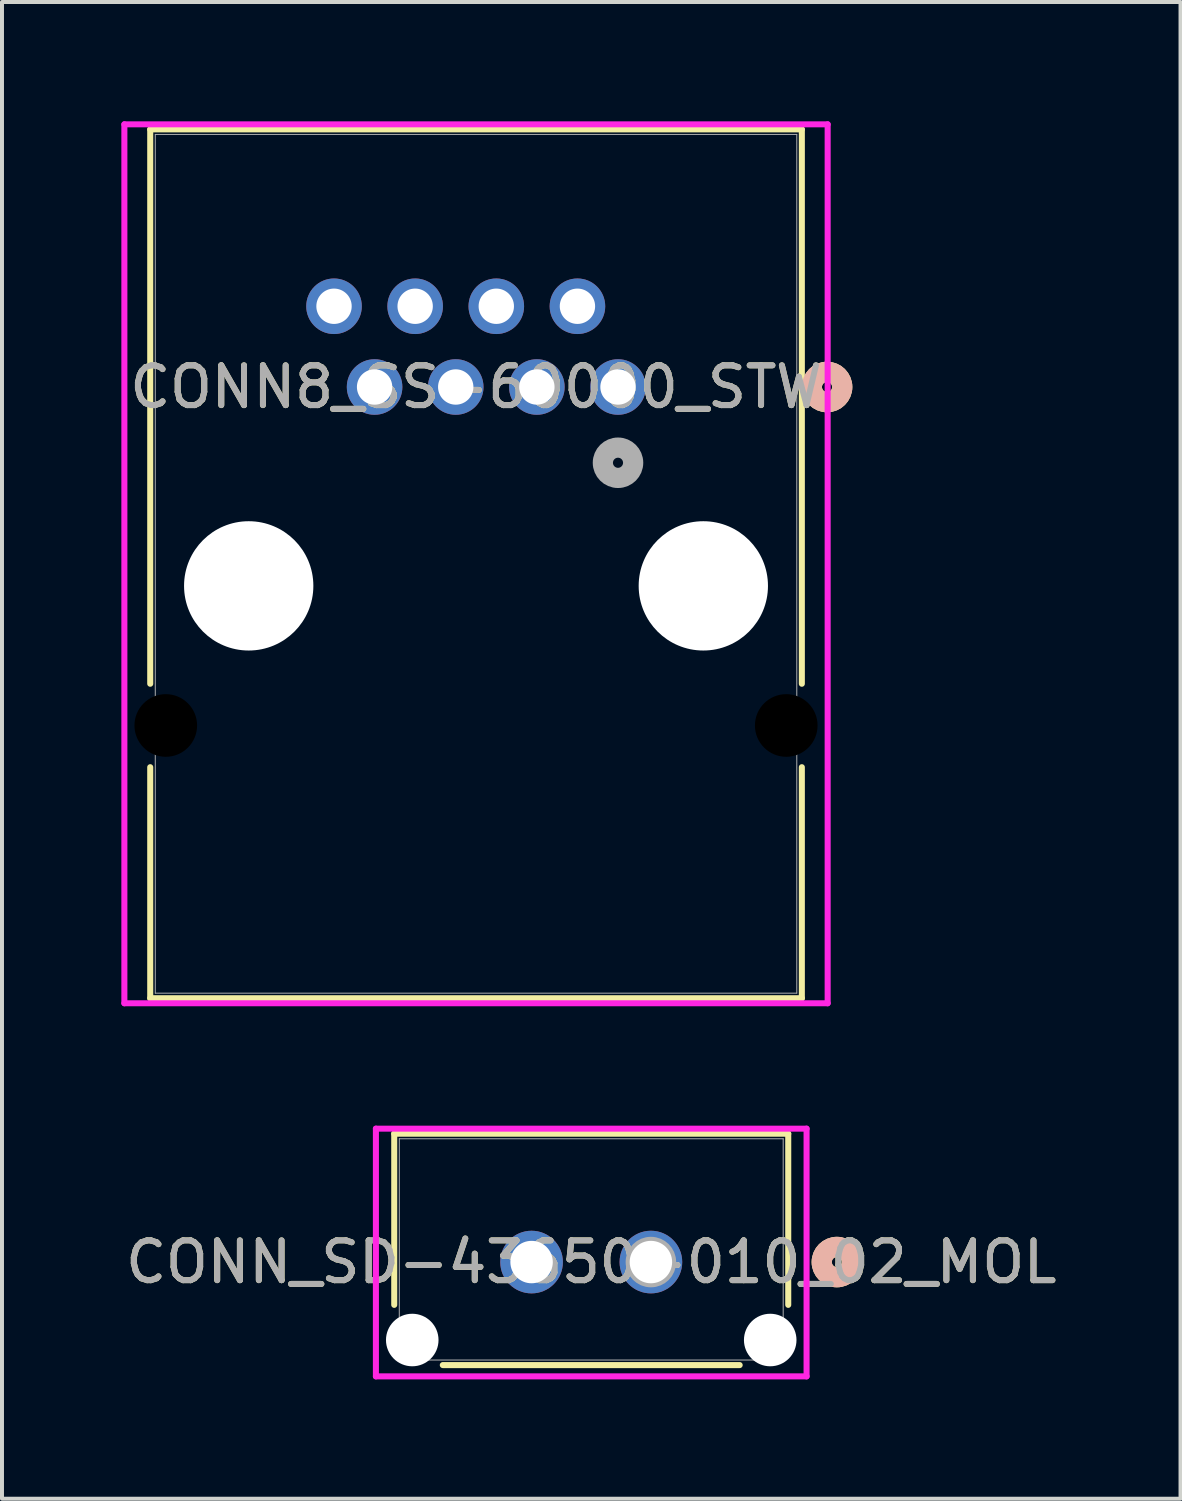
<source format=kicad_pcb>
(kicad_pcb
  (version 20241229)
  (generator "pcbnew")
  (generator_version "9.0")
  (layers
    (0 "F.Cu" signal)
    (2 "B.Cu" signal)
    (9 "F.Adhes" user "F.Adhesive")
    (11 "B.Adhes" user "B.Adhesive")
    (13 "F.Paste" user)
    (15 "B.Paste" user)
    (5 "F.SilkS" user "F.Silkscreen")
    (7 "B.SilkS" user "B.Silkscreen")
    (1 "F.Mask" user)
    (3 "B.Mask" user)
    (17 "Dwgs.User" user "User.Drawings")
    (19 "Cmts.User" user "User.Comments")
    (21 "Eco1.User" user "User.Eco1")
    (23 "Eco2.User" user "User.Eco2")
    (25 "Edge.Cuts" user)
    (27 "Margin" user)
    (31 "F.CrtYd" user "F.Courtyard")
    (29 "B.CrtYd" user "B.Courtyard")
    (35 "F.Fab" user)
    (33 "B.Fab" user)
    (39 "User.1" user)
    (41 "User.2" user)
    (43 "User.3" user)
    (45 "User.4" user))
  (footprint "CONN_SD-43650-010_02_MOL"
    (layer "F.Cu")
    (at 13.315 28.681)
    (property "Reference" "CONN_SD-43650-010_02_MOL" (at -1.5 0 0) (unlocked yes) (layer "F.SilkS") (effects (font (size 1 1) (thickness 0.15))))
    (attr through_hole)
    (fp_line (start -6.453 -3.227) (end -6.453 1.076) (stroke (width 0.152) (type solid)) (layer "F.SilkS"))
    (fp_line (start -5.232 2.59) (end 2.232 2.59) (stroke (width 0.152) (type solid)) (layer "F.SilkS"))
    (fp_line (start 3.453 -3.227) (end -6.453 -3.227) (stroke (width 0.152) (type solid)) (layer "F.SilkS"))
    (fp_line (start 3.453 1.076) (end 3.453 -3.227) (stroke (width 0.152) (type solid)) (layer "F.SilkS"))
    (fp_circle (center 4.676 0) (end 5.057 0) (stroke (width 0.508) (type solid)) (fill no) (layer "F.SilkS"))
    (fp_circle (center 4.676 0) (end 5.057 0) (stroke (width 0.508) (type solid)) (fill no) (layer "B.SilkS"))
    (fp_line (start -6.914 -3.354) (end -6.914 2.874) (stroke (width 0.152) (type solid)) (layer "F.CrtYd"))
    (fp_line (start -6.914 2.874) (end 3.914 2.874) (stroke (width 0.152) (type solid)) (layer "F.CrtYd"))
    (fp_line (start 3.914 -3.354) (end -6.914 -3.354) (stroke (width 0.152) (type solid)) (layer "F.CrtYd"))
    (fp_line (start 3.914 2.874) (end 3.914 -3.354) (stroke (width 0.152) (type solid)) (layer "F.CrtYd"))
    (fp_line (start -6.326 -3.1) (end -6.326 2.463) (stroke (width 0.025) (type solid)) (layer "F.Fab"))
    (fp_line (start -6.326 2.463) (end 3.326 2.463) (stroke (width 0.025) (type solid)) (layer "F.Fab"))
    (fp_line (start 3.326 -3.1) (end -6.326 -3.1) (stroke (width 0.025) (type solid)) (layer "F.Fab"))
    (fp_line (start 3.326 2.463) (end 3.326 -3.1) (stroke (width 0.025) (type solid)) (layer "F.Fab"))
    (fp_circle (center 0 0) (end 0.381 0) (stroke (width 0.508) (type solid)) (fill no) (layer "F.Fab"))
    (fp_text user "${REFERENCE}" (at -1.5 0 0) (unlocked yes) (layer "F.Fab") (effects (font (size 1 1) (thickness 0.15))))
    (pad "" np_thru_hole circle (at -6 1.96) (size 1.321 1.321) (drill 1.321) (layers "*.Cu" "*.Mask"))
    (pad "" np_thru_hole circle (at 3 1.96) (size 1.321 1.321) (drill 1.321) (layers "*.Cu" "*.Mask"))
    (pad "1" thru_hole circle (at 0 0) (size 1.575 1.575) (drill 1.067) (layers "*.Cu" "*.Mask"))
    (pad "2" thru_hole circle (at -3 0) (size 1.575 1.575) (drill 1.067) (layers "*.Cu" "*.Mask")))
  (footprint "CONN8_SS-60000_STW"
    (layer "F.Cu")
    (at 12.488 6.68)
    (property "Reference" "CONN8_SS-60000_STW" (at -3.57 0 0) (unlocked yes) (layer "F.SilkS") (effects (font (size 1 1) (thickness 0.15))))
    (attr through_hole)
    (fp_line (start -11.761 -6.477) (end -11.761 7.461) (stroke (width 0.152) (type solid)) (layer "F.SilkS"))
    (fp_line (start -11.761 9.559) (end -11.761 15.367) (stroke (width 0.152) (type solid)) (layer "F.SilkS"))
    (fp_line (start -11.761 15.367) (end 4.622 15.367) (stroke (width 0.152) (type solid)) (layer "F.SilkS"))
    (fp_line (start 4.622 -6.477) (end -11.761 -6.477) (stroke (width 0.152) (type solid)) (layer "F.SilkS"))
    (fp_line (start 4.622 7.461) (end 4.622 -6.477) (stroke (width 0.152) (type solid)) (layer "F.SilkS"))
    (fp_line (start 4.622 15.367) (end 4.622 9.559) (stroke (width 0.152) (type solid)) (layer "F.SilkS"))
    (fp_circle (center 5.256 0) (end 5.638 0) (stroke (width 0.508) (type solid)) (fill no) (layer "F.SilkS"))
    (fp_circle (center 5.256 0) (end 5.638 0) (stroke (width 0.508) (type solid)) (fill no) (layer "B.SilkS"))
    (fp_line (start -12.411 -6.604) (end -12.411 15.494) (stroke (width 0.152) (type solid)) (layer "F.CrtYd"))
    (fp_line (start -12.411 15.494) (end 5.271 15.494) (stroke (width 0.152) (type solid)) (layer "F.CrtYd"))
    (fp_line (start 5.271 -6.604) (end -12.411 -6.604) (stroke (width 0.152) (type solid)) (layer "F.CrtYd"))
    (fp_line (start 5.271 15.494) (end 5.271 -6.604) (stroke (width 0.152) (type solid)) (layer "F.CrtYd"))
    (fp_line (start -11.634 -6.35) (end -11.634 15.24) (stroke (width 0.025) (type solid)) (layer "F.Fab"))
    (fp_line (start -11.634 15.24) (end 4.495 15.24) (stroke (width 0.025) (type solid)) (layer "F.Fab"))
    (fp_line (start 4.495 -6.35) (end -11.634 -6.35) (stroke (width 0.025) (type solid)) (layer "F.Fab"))
    (fp_line (start 4.495 15.24) (end 4.495 -6.35) (stroke (width 0.025) (type solid)) (layer "F.Fab"))
    (fp_circle (center 0 1.905) (end 0.381 1.905) (stroke (width 0.508) (type solid)) (fill no) (layer "F.Fab"))
    (fp_text user "${REFERENCE}" (at -3.57 0 0) (unlocked yes) (layer "F.Fab") (effects (font (size 1 1) (thickness 0.15))))
    (pad "" np_thru_hole circle (at -11.37 8.51) (size 1.575 1.575) (drill 1.575) (layers))
    (pad "" np_thru_hole circle (at -9.285 5) (size 3.251 3.251) (drill 3.251) (layers "*.Cu" "*.Mask"))
    (pad "" np_thru_hole circle (at 2.145 5) (size 3.251 3.251) (drill 3.251) (layers "*.Cu" "*.Mask"))
    (pad "" np_thru_hole circle (at 4.23 8.51) (size 1.575 1.575) (drill 1.575) (layers))
    (pad "1" thru_hole circle (at -1.02 -2.03) (size 1.397 1.397) (drill 0.889) (layers "*.Cu" "*.Mask"))
    (pad "2" thru_hole circle (at 0 0) (size 1.397 1.397) (drill 0.889) (layers "*.Cu" "*.Mask"))
    (pad "3" thru_hole circle (at -2.04 0) (size 1.397 1.397) (drill 0.889) (layers "*.Cu" "*.Mask"))
    (pad "4" thru_hole circle (at -4.08 0) (size 1.397 1.397) (drill 0.889) (layers "*.Cu" "*.Mask"))
    (pad "5" thru_hole circle (at -3.06 -2.03) (size 1.397 1.397) (drill 0.889) (layers "*.Cu" "*.Mask"))
    (pad "6" thru_hole circle (at -5.1 -2.03) (size 1.397 1.397) (drill 0.889) (layers "*.Cu" "*.Mask"))
    (pad "7" thru_hole circle (at -7.14 -2.03) (size 1.397 1.397) (drill 0.889) (layers "*.Cu" "*.Mask"))
    (pad "8" thru_hole circle (at -6.12 0) (size 1.397 1.397) (drill 0.889) (layers "*.Cu" "*.Mask")))
  (gr_rect
    (start -3 -3)
    (end 26.631 34.631)
    (stroke (width 0.1) (type default))
    (fill no)
    (layer "Edge.Cuts")))
</source>
